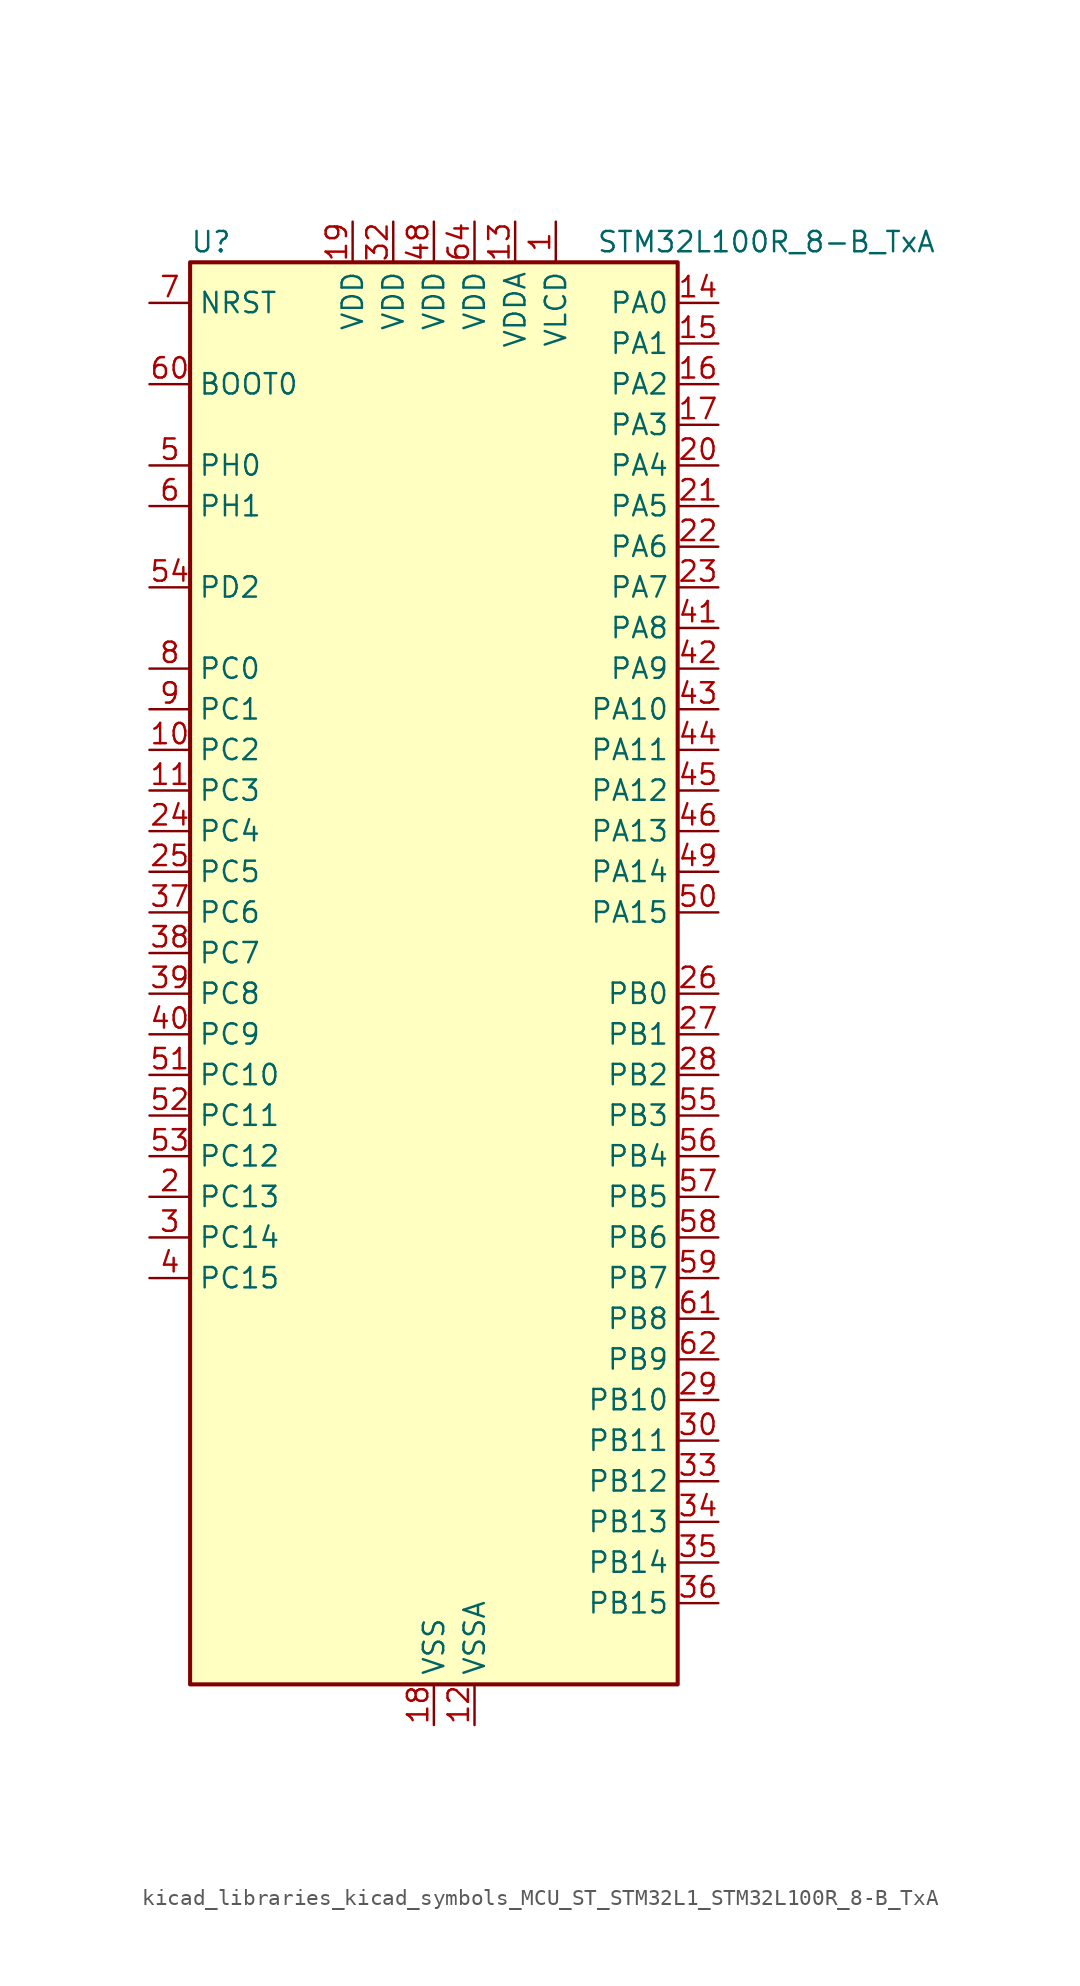
<source format=kicad_sym>
(kicad_symbol_lib
  (version 20220914)
  (generator kicad_symbol_editor)
  (symbol "kicad_libraries_kicad_symbols_MCU_ST_STM32L1_STM32L100R_8-B_TxA"
    (property "Reference" "U"
      (at -15.24 46.99 0)
      (effects (font (size 1.27 1.27)) (justify left)))
    (property "Value" "STM32L100R_8-B_TxA"
      (at 10.16 46.99 0)
      (effects (font (size 1.27 1.27)) (justify left)))
    (property "ki_locked" ""
      (at 0 0 0)
      (effects (font (size 1.27 1.27))))
    (symbol "kicad_libraries_kicad_symbols_MCU_ST_STM32L1_STM32L100R_8-B_TxA_0_1"
      (rectangle (start -15.24 -43.18) (end 15.24 45.72) (stroke (width 0.254) (type default)) (fill (type background))))
    (symbol "kicad_libraries_kicad_symbols_MCU_ST_STM32L1_STM32L100R_8-B_TxA_1_1"
      (pin power_in line (at 7.62 48.26 270) (length 2.54) (name "VLCD" (effects (font (size 1.27 1.27)))) (number "1" (effects (font (size 1.27 1.27)))))
      (pin bidirectional line (at -17.78 15.24 0) (length 2.54) (name "PC2" (effects (font (size 1.27 1.27)))) (number "10" (effects (font (size 1.27 1.27)))) (alternate "ADC_IN12" bidirectional line) (alternate "COMP1_INP" bidirectional line) (alternate "LCD_SEG20" bidirectional line) (alternate "TIMX_IC3" bidirectional line))
      (pin bidirectional line (at -17.78 12.7 0) (length 2.54) (name "PC3" (effects (font (size 1.27 1.27)))) (number "11" (effects (font (size 1.27 1.27)))) (alternate "ADC_IN13" bidirectional line) (alternate "COMP1_INP" bidirectional line) (alternate "LCD_SEG21" bidirectional line) (alternate "TIMX_IC4" bidirectional line))
      (pin power_in line (at 2.54 -45.72 90) (length 2.54) (name "VSSA" (effects (font (size 1.27 1.27)))) (number "12" (effects (font (size 1.27 1.27)))))
      (pin power_in line (at 5.08 48.26 270) (length 2.54) (name "VDDA" (effects (font (size 1.27 1.27)))) (number "13" (effects (font (size 1.27 1.27)))))
      (pin bidirectional line (at 17.78 43.18 180) (length 2.54) (name "PA0" (effects (font (size 1.27 1.27)))) (number "14" (effects (font (size 1.27 1.27)))) (alternate "ADC_IN0" bidirectional line) (alternate "COMP1_INP" bidirectional line) (alternate "RTC_TAMP2" bidirectional line) (alternate "SYS_WKUP1" bidirectional line) (alternate "TIM2_CH1" bidirectional line) (alternate "TIM2_ETR" bidirectional line) (alternate "TIMX_IC1" bidirectional line) (alternate "USART2_CTS" bidirectional line))
      (pin bidirectional line (at 17.78 40.64 180) (length 2.54) (name "PA1" (effects (font (size 1.27 1.27)))) (number "15" (effects (font (size 1.27 1.27)))) (alternate "ADC_IN1" bidirectional line) (alternate "COMP1_INP" bidirectional line) (alternate "LCD_SEG0" bidirectional line) (alternate "TIM2_CH2" bidirectional line) (alternate "TIMX_IC2" bidirectional line) (alternate "USART2_RTS" bidirectional line))
      (pin bidirectional line (at 17.78 38.1 180) (length 2.54) (name "PA2" (effects (font (size 1.27 1.27)))) (number "16" (effects (font (size 1.27 1.27)))) (alternate "ADC_IN2" bidirectional line) (alternate "COMP1_INP" bidirectional line) (alternate "LCD_SEG1" bidirectional line) (alternate "TIM2_CH3" bidirectional line) (alternate "TIM9_CH1" bidirectional line) (alternate "TIMX_IC3" bidirectional line) (alternate "USART2_TX" bidirectional line))
      (pin bidirectional line (at 17.78 35.56 180) (length 2.54) (name "PA3" (effects (font (size 1.27 1.27)))) (number "17" (effects (font (size 1.27 1.27)))) (alternate "ADC_IN3" bidirectional line) (alternate "COMP1_INP" bidirectional line) (alternate "LCD_SEG2" bidirectional line) (alternate "TIM2_CH4" bidirectional line) (alternate "TIM9_CH2" bidirectional line) (alternate "TIMX_IC4" bidirectional line) (alternate "USART2_RX" bidirectional line))
      (pin power_in line (at 0 -45.72 90) (length 2.54) (name "VSS" (effects (font (size 1.27 1.27)))) (number "18" (effects (font (size 1.27 1.27)))))
      (pin power_in line (at -5.08 48.26 270) (length 2.54) (name "VDD" (effects (font (size 1.27 1.27)))) (number "19" (effects (font (size 1.27 1.27)))))
      (pin bidirectional line (at -17.78 -12.7 0) (length 2.54) (name "PC13" (effects (font (size 1.27 1.27)))) (number "2" (effects (font (size 1.27 1.27)))) (alternate "RTC_OUT_ALARM" bidirectional line) (alternate "RTC_OUT_CALIB" bidirectional line) (alternate "RTC_TAMP1" bidirectional line) (alternate "RTC_TS" bidirectional line) (alternate "SYS_WKUP2" bidirectional line) (alternate "TIMX_IC2" bidirectional line))
      (pin bidirectional line (at 17.78 33.02 180) (length 2.54) (name "PA4" (effects (font (size 1.27 1.27)))) (number "20" (effects (font (size 1.27 1.27)))) (alternate "ADC_IN4" bidirectional line) (alternate "COMP1_INP" bidirectional line) (alternate "DAC_OUT1" bidirectional line) (alternate "SPI1_NSS" bidirectional line) (alternate "TIMX_IC1" bidirectional line) (alternate "USART2_CK" bidirectional line))
      (pin bidirectional line (at 17.78 30.48 180) (length 2.54) (name "PA5" (effects (font (size 1.27 1.27)))) (number "21" (effects (font (size 1.27 1.27)))) (alternate "ADC_IN5" bidirectional line) (alternate "COMP1_INP" bidirectional line) (alternate "DAC_OUT2" bidirectional line) (alternate "SPI1_SCK" bidirectional line) (alternate "TIM2_CH1" bidirectional line) (alternate "TIM2_ETR" bidirectional line) (alternate "TIMX_IC2" bidirectional line))
      (pin bidirectional line (at 17.78 27.94 180) (length 2.54) (name "PA6" (effects (font (size 1.27 1.27)))) (number "22" (effects (font (size 1.27 1.27)))) (alternate "ADC_IN6" bidirectional line) (alternate "COMP1_INP" bidirectional line) (alternate "LCD_SEG3" bidirectional line) (alternate "SPI1_MISO" bidirectional line) (alternate "TIM10_CH1" bidirectional line) (alternate "TIM3_CH1" bidirectional line) (alternate "TIMX_IC3" bidirectional line))
      (pin bidirectional line (at 17.78 25.4 180) (length 2.54) (name "PA7" (effects (font (size 1.27 1.27)))) (number "23" (effects (font (size 1.27 1.27)))) (alternate "ADC_IN7" bidirectional line) (alternate "COMP1_INP" bidirectional line) (alternate "LCD_SEG4" bidirectional line) (alternate "SPI1_MOSI" bidirectional line) (alternate "TIM11_CH1" bidirectional line) (alternate "TIM3_CH2" bidirectional line) (alternate "TIMX_IC4" bidirectional line))
      (pin bidirectional line (at -17.78 10.16 0) (length 2.54) (name "PC4" (effects (font (size 1.27 1.27)))) (number "24" (effects (font (size 1.27 1.27)))) (alternate "ADC_IN14" bidirectional line) (alternate "COMP1_INP" bidirectional line) (alternate "LCD_SEG22" bidirectional line) (alternate "TIMX_IC1" bidirectional line))
      (pin bidirectional line (at -17.78 7.62 0) (length 2.54) (name "PC5" (effects (font (size 1.27 1.27)))) (number "25" (effects (font (size 1.27 1.27)))) (alternate "ADC_IN15" bidirectional line) (alternate "COMP1_INP" bidirectional line) (alternate "LCD_SEG23" bidirectional line) (alternate "TIMX_IC2" bidirectional line))
      (pin bidirectional line (at 17.78 0 180) (length 2.54) (name "PB0" (effects (font (size 1.27 1.27)))) (number "26" (effects (font (size 1.27 1.27)))) (alternate "ADC_IN8" bidirectional line) (alternate "COMP1_INP" bidirectional line) (alternate "LCD_SEG5" bidirectional line) (alternate "SYS_V_REF_OUT" bidirectional line) (alternate "TIM3_CH3" bidirectional line))
      (pin bidirectional line (at 17.78 -2.54 180) (length 2.54) (name "PB1" (effects (font (size 1.27 1.27)))) (number "27" (effects (font (size 1.27 1.27)))) (alternate "ADC_IN9" bidirectional line) (alternate "COMP1_INP" bidirectional line) (alternate "LCD_SEG6" bidirectional line) (alternate "SYS_V_REF_OUT" bidirectional line) (alternate "TIM3_CH4" bidirectional line))
      (pin bidirectional line (at 17.78 -5.08 180) (length 2.54) (name "PB2" (effects (font (size 1.27 1.27)))) (number "28" (effects (font (size 1.27 1.27)))))
      (pin bidirectional line (at 17.78 -25.4 180) (length 2.54) (name "PB10" (effects (font (size 1.27 1.27)))) (number "29" (effects (font (size 1.27 1.27)))) (alternate "I2C2_SCL" bidirectional line) (alternate "LCD_SEG10" bidirectional line) (alternate "TIM2_CH3" bidirectional line) (alternate "USART3_TX" bidirectional line))
      (pin bidirectional line (at -17.78 -15.24 0) (length 2.54) (name "PC14" (effects (font (size 1.27 1.27)))) (number "3" (effects (font (size 1.27 1.27)))) (alternate "RCC_OSC32_IN" bidirectional line) (alternate "TIMX_IC3" bidirectional line))
      (pin bidirectional line (at 17.78 -27.94 180) (length 2.54) (name "PB11" (effects (font (size 1.27 1.27)))) (number "30" (effects (font (size 1.27 1.27)))) (alternate "ADC_EXTI11" bidirectional line) (alternate "I2C2_SDA" bidirectional line) (alternate "LCD_SEG11" bidirectional line) (alternate "TIM2_CH4" bidirectional line) (alternate "USART3_RX" bidirectional line))
      (pin passive line (at 0 -45.72 90) (length 2.54) hide (name "VSS" (effects (font (size 1.27 1.27)))) (number "31" (effects (font (size 1.27 1.27)))))
      (pin power_in line (at -2.54 48.26 270) (length 2.54) (name "VDD" (effects (font (size 1.27 1.27)))) (number "32" (effects (font (size 1.27 1.27)))))
      (pin bidirectional line (at 17.78 -30.48 180) (length 2.54) (name "PB12" (effects (font (size 1.27 1.27)))) (number "33" (effects (font (size 1.27 1.27)))) (alternate "ADC_IN18" bidirectional line) (alternate "COMP1_INP" bidirectional line) (alternate "I2C2_SMBA" bidirectional line) (alternate "LCD_SEG12" bidirectional line) (alternate "SPI2_NSS" bidirectional line) (alternate "TIM10_CH1" bidirectional line) (alternate "USART3_CK" bidirectional line))
      (pin bidirectional line (at 17.78 -33.02 180) (length 2.54) (name "PB13" (effects (font (size 1.27 1.27)))) (number "34" (effects (font (size 1.27 1.27)))) (alternate "ADC_IN19" bidirectional line) (alternate "COMP1_INP" bidirectional line) (alternate "LCD_SEG13" bidirectional line) (alternate "SPI2_SCK" bidirectional line) (alternate "TIM9_CH1" bidirectional line) (alternate "USART3_CTS" bidirectional line))
      (pin bidirectional line (at 17.78 -35.56 180) (length 2.54) (name "PB14" (effects (font (size 1.27 1.27)))) (number "35" (effects (font (size 1.27 1.27)))) (alternate "ADC_IN20" bidirectional line) (alternate "COMP1_INP" bidirectional line) (alternate "LCD_SEG14" bidirectional line) (alternate "SPI2_MISO" bidirectional line) (alternate "TIM9_CH2" bidirectional line) (alternate "USART3_RTS" bidirectional line))
      (pin bidirectional line (at 17.78 -38.1 180) (length 2.54) (name "PB15" (effects (font (size 1.27 1.27)))) (number "36" (effects (font (size 1.27 1.27)))) (alternate "ADC_EXTI15" bidirectional line) (alternate "ADC_IN21" bidirectional line) (alternate "COMP1_INP" bidirectional line) (alternate "LCD_SEG15" bidirectional line) (alternate "RTC_REFIN" bidirectional line) (alternate "SPI2_MOSI" bidirectional line) (alternate "TIM11_CH1" bidirectional line))
      (pin bidirectional line (at -17.78 5.08 0) (length 2.54) (name "PC6" (effects (font (size 1.27 1.27)))) (number "37" (effects (font (size 1.27 1.27)))) (alternate "LCD_SEG24" bidirectional line) (alternate "TIM3_CH1" bidirectional line) (alternate "TIMX_IC3" bidirectional line))
      (pin bidirectional line (at -17.78 2.54 0) (length 2.54) (name "PC7" (effects (font (size 1.27 1.27)))) (number "38" (effects (font (size 1.27 1.27)))) (alternate "LCD_SEG25" bidirectional line) (alternate "TIM3_CH2" bidirectional line) (alternate "TIMX_IC4" bidirectional line))
      (pin bidirectional line (at -17.78 0 0) (length 2.54) (name "PC8" (effects (font (size 1.27 1.27)))) (number "39" (effects (font (size 1.27 1.27)))) (alternate "LCD_SEG26" bidirectional line) (alternate "TIM3_CH3" bidirectional line) (alternate "TIMX_IC1" bidirectional line))
      (pin bidirectional line (at -17.78 -17.78 0) (length 2.54) (name "PC15" (effects (font (size 1.27 1.27)))) (number "4" (effects (font (size 1.27 1.27)))) (alternate "ADC_EXTI15" bidirectional line) (alternate "RCC_OSC32_OUT" bidirectional line) (alternate "TIMX_IC4" bidirectional line))
      (pin bidirectional line (at -17.78 -2.54 0) (length 2.54) (name "PC9" (effects (font (size 1.27 1.27)))) (number "40" (effects (font (size 1.27 1.27)))) (alternate "DAC_EXTI9" bidirectional line) (alternate "LCD_SEG27" bidirectional line) (alternate "TIM3_CH4" bidirectional line) (alternate "TIMX_IC2" bidirectional line))
      (pin bidirectional line (at 17.78 22.86 180) (length 2.54) (name "PA8" (effects (font (size 1.27 1.27)))) (number "41" (effects (font (size 1.27 1.27)))) (alternate "LCD_COM0" bidirectional line) (alternate "RCC_MCO" bidirectional line) (alternate "TIMX_IC1" bidirectional line) (alternate "USART1_CK" bidirectional line))
      (pin bidirectional line (at 17.78 20.32 180) (length 2.54) (name "PA9" (effects (font (size 1.27 1.27)))) (number "42" (effects (font (size 1.27 1.27)))) (alternate "DAC_EXTI9" bidirectional line) (alternate "LCD_COM1" bidirectional line) (alternate "TIMX_IC2" bidirectional line) (alternate "USART1_TX" bidirectional line))
      (pin bidirectional line (at 17.78 17.78 180) (length 2.54) (name "PA10" (effects (font (size 1.27 1.27)))) (number "43" (effects (font (size 1.27 1.27)))) (alternate "LCD_COM2" bidirectional line) (alternate "TIMX_IC3" bidirectional line) (alternate "USART1_RX" bidirectional line))
      (pin bidirectional line (at 17.78 15.24 180) (length 2.54) (name "PA11" (effects (font (size 1.27 1.27)))) (number "44" (effects (font (size 1.27 1.27)))) (alternate "ADC_EXTI11" bidirectional line) (alternate "SPI1_MISO" bidirectional line) (alternate "TIMX_IC4" bidirectional line) (alternate "USART1_CTS" bidirectional line) (alternate "USB_DM" bidirectional line))
      (pin bidirectional line (at 17.78 12.7 180) (length 2.54) (name "PA12" (effects (font (size 1.27 1.27)))) (number "45" (effects (font (size 1.27 1.27)))) (alternate "SPI1_MOSI" bidirectional line) (alternate "TIMX_IC1" bidirectional line) (alternate "USART1_RTS" bidirectional line) (alternate "USB_DP" bidirectional line))
      (pin bidirectional line (at 17.78 10.16 180) (length 2.54) (name "PA13" (effects (font (size 1.27 1.27)))) (number "46" (effects (font (size 1.27 1.27)))) (alternate "SYS_JTMS-SWDIO" bidirectional line) (alternate "TIMX_IC2" bidirectional line))
      (pin passive line (at 0 -45.72 90) (length 2.54) hide (name "VSS" (effects (font (size 1.27 1.27)))) (number "47" (effects (font (size 1.27 1.27)))))
      (pin power_in line (at 0 48.26 270) (length 2.54) (name "VDD" (effects (font (size 1.27 1.27)))) (number "48" (effects (font (size 1.27 1.27)))))
      (pin bidirectional line (at 17.78 7.62 180) (length 2.54) (name "PA14" (effects (font (size 1.27 1.27)))) (number "49" (effects (font (size 1.27 1.27)))) (alternate "SYS_JTCK-SWCLK" bidirectional line) (alternate "TIMX_IC3" bidirectional line))
      (pin bidirectional line (at -17.78 33.02 0) (length 2.54) (name "PH0" (effects (font (size 1.27 1.27)))) (number "5" (effects (font (size 1.27 1.27)))) (alternate "RCC_OSC_IN" bidirectional line))
      (pin bidirectional line (at 17.78 5.08 180) (length 2.54) (name "PA15" (effects (font (size 1.27 1.27)))) (number "50" (effects (font (size 1.27 1.27)))) (alternate "ADC_EXTI15" bidirectional line) (alternate "LCD_SEG17" bidirectional line) (alternate "SPI1_NSS" bidirectional line) (alternate "SYS_JTDI" bidirectional line) (alternate "TIM2_CH1" bidirectional line) (alternate "TIM2_ETR" bidirectional line) (alternate "TIMX_IC4" bidirectional line))
      (pin bidirectional line (at -17.78 -5.08 0) (length 2.54) (name "PC10" (effects (font (size 1.27 1.27)))) (number "51" (effects (font (size 1.27 1.27)))) (alternate "LCD_COM4" bidirectional line) (alternate "LCD_SEG28" bidirectional line) (alternate "TIMX_IC3" bidirectional line) (alternate "USART3_TX" bidirectional line))
      (pin bidirectional line (at -17.78 -7.62 0) (length 2.54) (name "PC11" (effects (font (size 1.27 1.27)))) (number "52" (effects (font (size 1.27 1.27)))) (alternate "ADC_EXTI11" bidirectional line) (alternate "LCD_COM5" bidirectional line) (alternate "LCD_SEG29" bidirectional line) (alternate "TIMX_IC4" bidirectional line) (alternate "USART3_RX" bidirectional line))
      (pin bidirectional line (at -17.78 -10.16 0) (length 2.54) (name "PC12" (effects (font (size 1.27 1.27)))) (number "53" (effects (font (size 1.27 1.27)))) (alternate "LCD_COM6" bidirectional line) (alternate "LCD_SEG30" bidirectional line) (alternate "TIMX_IC1" bidirectional line) (alternate "USART3_CK" bidirectional line))
      (pin bidirectional line (at -17.78 25.4 0) (length 2.54) (name "PD2" (effects (font (size 1.27 1.27)))) (number "54" (effects (font (size 1.27 1.27)))) (alternate "LCD_COM7" bidirectional line) (alternate "LCD_SEG31" bidirectional line) (alternate "TIM3_ETR" bidirectional line) (alternate "TIMX_IC3" bidirectional line))
      (pin bidirectional line (at 17.78 -7.62 180) (length 2.54) (name "PB3" (effects (font (size 1.27 1.27)))) (number "55" (effects (font (size 1.27 1.27)))) (alternate "COMP2_INM" bidirectional line) (alternate "LCD_SEG7" bidirectional line) (alternate "SPI1_SCK" bidirectional line) (alternate "SYS_JTDO-TRACESWO" bidirectional line) (alternate "TIM2_CH2" bidirectional line))
      (pin bidirectional line (at 17.78 -10.16 180) (length 2.54) (name "PB4" (effects (font (size 1.27 1.27)))) (number "56" (effects (font (size 1.27 1.27)))) (alternate "COMP2_INP" bidirectional line) (alternate "LCD_SEG8" bidirectional line) (alternate "SPI1_MISO" bidirectional line) (alternate "SYS_JTRST" bidirectional line) (alternate "TIM3_CH1" bidirectional line))
      (pin bidirectional line (at 17.78 -12.7 180) (length 2.54) (name "PB5" (effects (font (size 1.27 1.27)))) (number "57" (effects (font (size 1.27 1.27)))) (alternate "COMP2_INP" bidirectional line) (alternate "I2C1_SMBA" bidirectional line) (alternate "LCD_SEG9" bidirectional line) (alternate "SPI1_MOSI" bidirectional line) (alternate "TIM3_CH2" bidirectional line))
      (pin bidirectional line (at 17.78 -15.24 180) (length 2.54) (name "PB6" (effects (font (size 1.27 1.27)))) (number "58" (effects (font (size 1.27 1.27)))) (alternate "I2C1_SCL" bidirectional line) (alternate "TIM4_CH1" bidirectional line) (alternate "USART1_TX" bidirectional line))
      (pin bidirectional line (at 17.78 -17.78 180) (length 2.54) (name "PB7" (effects (font (size 1.27 1.27)))) (number "59" (effects (font (size 1.27 1.27)))) (alternate "I2C1_SDA" bidirectional line) (alternate "SYS_PVD_IN" bidirectional line) (alternate "TIM4_CH2" bidirectional line) (alternate "USART1_RX" bidirectional line))
      (pin bidirectional line (at -17.78 30.48 0) (length 2.54) (name "PH1" (effects (font (size 1.27 1.27)))) (number "6" (effects (font (size 1.27 1.27)))) (alternate "RCC_OSC_OUT" bidirectional line))
      (pin input line (at -17.78 38.1 0) (length 2.54) (name "BOOT0" (effects (font (size 1.27 1.27)))) (number "60" (effects (font (size 1.27 1.27)))))
      (pin bidirectional line (at 17.78 -20.32 180) (length 2.54) (name "PB8" (effects (font (size 1.27 1.27)))) (number "61" (effects (font (size 1.27 1.27)))) (alternate "I2C1_SCL" bidirectional line) (alternate "LCD_SEG16" bidirectional line) (alternate "TIM10_CH1" bidirectional line) (alternate "TIM4_CH3" bidirectional line))
      (pin bidirectional line (at 17.78 -22.86 180) (length 2.54) (name "PB9" (effects (font (size 1.27 1.27)))) (number "62" (effects (font (size 1.27 1.27)))) (alternate "DAC_EXTI9" bidirectional line) (alternate "I2C1_SDA" bidirectional line) (alternate "LCD_COM3" bidirectional line) (alternate "TIM11_CH1" bidirectional line) (alternate "TIM4_CH4" bidirectional line))
      (pin passive line (at 0 -45.72 90) (length 2.54) hide (name "VSS" (effects (font (size 1.27 1.27)))) (number "63" (effects (font (size 1.27 1.27)))))
      (pin power_in line (at 2.54 48.26 270) (length 2.54) (name "VDD" (effects (font (size 1.27 1.27)))) (number "64" (effects (font (size 1.27 1.27)))))
      (pin input line (at -17.78 43.18 0) (length 2.54) (name "NRST" (effects (font (size 1.27 1.27)))) (number "7" (effects (font (size 1.27 1.27)))))
      (pin bidirectional line (at -17.78 20.32 0) (length 2.54) (name "PC0" (effects (font (size 1.27 1.27)))) (number "8" (effects (font (size 1.27 1.27)))) (alternate "ADC_IN10" bidirectional line) (alternate "COMP1_INP" bidirectional line) (alternate "LCD_SEG18" bidirectional line) (alternate "TIMX_IC1" bidirectional line))
      (pin bidirectional line (at -17.78 17.78 0) (length 2.54) (name "PC1" (effects (font (size 1.27 1.27)))) (number "9" (effects (font (size 1.27 1.27)))) (alternate "ADC_IN11" bidirectional line) (alternate "COMP1_INP" bidirectional line) (alternate "LCD_SEG19" bidirectional line) (alternate "TIMX_IC2" bidirectional line)))))
</source>
